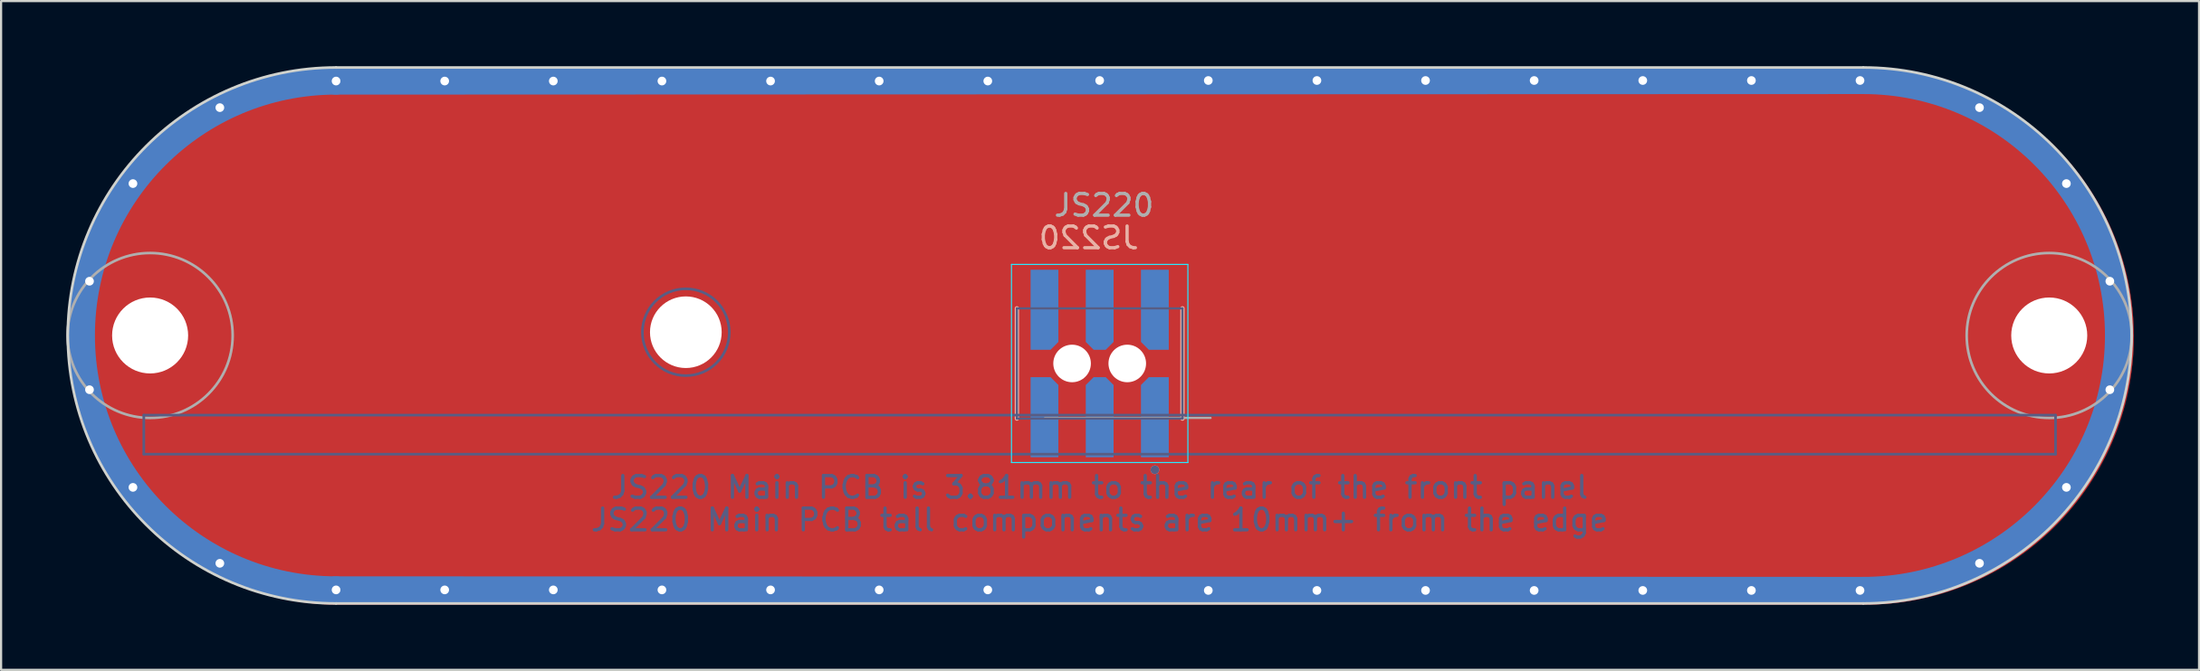
<source format=kicad_pcb>
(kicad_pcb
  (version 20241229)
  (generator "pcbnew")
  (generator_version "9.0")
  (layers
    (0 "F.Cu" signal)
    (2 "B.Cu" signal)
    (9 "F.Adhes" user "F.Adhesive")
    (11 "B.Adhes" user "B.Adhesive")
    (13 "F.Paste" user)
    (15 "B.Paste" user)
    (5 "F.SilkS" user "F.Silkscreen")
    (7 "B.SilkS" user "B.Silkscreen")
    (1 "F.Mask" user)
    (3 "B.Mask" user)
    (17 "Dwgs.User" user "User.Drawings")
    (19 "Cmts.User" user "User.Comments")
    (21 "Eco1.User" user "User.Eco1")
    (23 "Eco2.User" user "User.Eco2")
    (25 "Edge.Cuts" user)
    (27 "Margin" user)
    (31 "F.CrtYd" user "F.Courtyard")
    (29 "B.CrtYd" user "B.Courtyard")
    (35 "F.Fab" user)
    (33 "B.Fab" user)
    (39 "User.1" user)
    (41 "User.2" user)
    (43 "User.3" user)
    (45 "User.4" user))
  (footprint "JS220"
    (layer "F.Cu")
    (at 47.57 12.41)
    (property "Reference" "JS220" (at -0.5 -4.5 0) (unlocked yes) (layer "B.SilkS") (effects (font (size 1 1) (thickness 0.15)) (justify mirror)))
    (fp_poly (pts (arc (start 35.25 12.4) (mid 47.6 0.05) (end 35.25 -12.3)) (arc (start -35.05 -12.3) (mid -47.4 0.05) (end -35.05 12.4))) (stroke (width 0.01) (type solid)) (fill yes) (layer "F.Cu"))
    (fp_line (start -35.15 -11.725) (end 35.15 -11.75) (stroke (width 1.25) (type solid)) (layer "B.Cu"))
    (fp_line (start 35.15 11.75) (end -35.15 11.725) (stroke (width 1.25) (type solid)) (layer "B.Cu"))
    (fp_arc (start -35.15 11.725) (mid -46.875 0) (end -35.15 -11.725) (stroke (width 1.25) (type solid)) (layer "B.Cu"))
    (fp_arc (start 35.15 -11.75) (mid 46.9 0) (end 35.15 11.75) (stroke (width 1.25) (type solid)) (layer "B.Cu"))
    (fp_line (start -35.15 -11.725) (end 35.15 -11.75) (stroke (width 1.25) (type solid)) (layer "B.Mask"))
    (fp_line (start 35.15 11.75) (end -35.15 11.725) (stroke (width 1.25) (type solid)) (layer "B.Mask"))
    (fp_arc (start -35.15 11.725) (mid -46.875 0) (end -35.15 -11.725) (stroke (width 1.25) (type solid)) (layer "B.Mask"))
    (fp_arc (start 35.15 -11.75) (mid 46.9 0) (end 35.15 11.75) (stroke (width 1.25) (type solid)) (layer "B.Mask"))
    (fp_poly (pts (xy -3.275 0.755) (xy -3.275 -3.125) (xy -1.805 -3.125) (xy -1.805 0.295) (xy -2.265 0.755)) (stroke (width 0.01) (type solid)) (fill yes) (layer "B.Mask"))
    (fp_poly (pts (xy -3.275 1.825) (xy -3.275 5.705) (xy -1.805 5.705) (xy -1.805 2.285) (xy -2.265 1.825)) (stroke (width 0.01) (type solid)) (fill yes) (layer "B.Mask"))
    (fp_poly (pts (xy 3.275 0.755) (xy 3.275 -3.125) (xy 1.805 -3.125) (xy 1.805 0.295) (xy 2.265 0.755)) (stroke (width 0.01) (type solid)) (fill yes) (layer "B.Mask"))
    (fp_poly (pts (xy 3.275 1.825) (xy 3.275 5.705) (xy 1.805 5.705) (xy 1.805 2.285) (xy 2.265 1.825)) (stroke (width 0.01) (type solid)) (fill yes) (layer "B.Mask"))
    (fp_poly (pts (xy -0.275 1.76) (xy 0.275 1.76) (xy 0.735 2.22) (xy 0.735 5.64) (xy -0.735 5.64) (xy -0.735 2.22)) (stroke (width 0.01) (type solid)) (fill yes) (layer "B.Mask"))
    (fp_poly (pts (xy 0.275 0.82) (xy -0.275 0.82) (xy -0.735 0.36) (xy -0.735 -3.06) (xy 0.735 -3.06) (xy 0.735 0.36)) (stroke (width 0.01) (type solid)) (fill yes) (layer "B.Mask"))
    (fp_line (start -3.81 -1.25) (end -3.81 3.83) (stroke (width 0.2) (type solid)) (layer "B.SilkS"))
    (fp_line (start 3.81 3.83) (end 3.81 -1.25) (stroke (width 0.2) (type solid)) (layer "B.SilkS"))
    (fp_circle (center 2.54 6.19) (end 2.64 6.19) (stroke (width 0.2) (type solid)) (fill no) (layer "B.SilkS"))
    (fp_poly (pts (xy -3.175 0.655) (xy -3.175 -3.025) (xy -1.905 -3.025) (xy -1.905 0.295) (xy -2.265 0.655)) (stroke (width 0.01) (type solid)) (fill yes) (layer "B.Paste"))
    (fp_poly (pts (xy -3.175 1.925) (xy -3.175 5.605) (xy -1.905 5.605) (xy -1.905 2.285) (xy -2.265 1.925)) (stroke (width 0.01) (type solid)) (fill yes) (layer "B.Paste"))
    (fp_poly (pts (xy 3.175 0.655) (xy 3.175 -3.025) (xy 1.905 -3.025) (xy 1.905 0.295) (xy 2.265 0.655)) (stroke (width 0.01) (type solid)) (fill yes) (layer "B.Paste"))
    (fp_poly (pts (xy 3.175 1.925) (xy 3.175 5.605) (xy 1.905 5.605) (xy 1.905 2.285) (xy 2.265 1.925)) (stroke (width 0.01) (type solid)) (fill yes) (layer "B.Paste"))
    (fp_poly (pts (xy -0.275 1.86) (xy 0.275 1.86) (xy 0.635 2.22) (xy 0.635 5.54) (xy -0.635 5.54) (xy -0.635 2.22)) (stroke (width 0.01) (type solid)) (fill yes) (layer "B.Paste"))
    (fp_poly (pts (xy 0.275 0.72) (xy -0.275 0.72) (xy -0.635 0.36) (xy -0.635 -2.96) (xy 0.635 -2.96) (xy 0.635 0.36)) (stroke (width 0.01) (type solid)) (fill yes) (layer "B.Paste"))
    (fp_line (start -35.15 -12.35) (end 35.15 -12.35) (stroke (width 0.12) (type solid)) (layer "Edge.Cuts"))
    (fp_line (start 35.15 12.35) (end -35.15 12.35) (stroke (width 0.12) (type solid)) (layer "Edge.Cuts"))
    (fp_arc (start -35.15 12.35) (mid -47.5 0) (end -35.15 -12.35) (stroke (width 0.12) (type solid)) (layer "Edge.Cuts"))
    (fp_arc (start 35.15 -12.35) (mid 47.5 0) (end 35.15 12.35) (stroke (width 0.12) (type solid)) (layer "Edge.Cuts"))
    (fp_line (start -4.06 -3.275) (end -4.06 5.855) (stroke (width 0.05) (type solid)) (layer "B.CrtYd"))
    (fp_line (start -4.06 5.855) (end 4.06 5.855) (stroke (width 0.05) (type solid)) (layer "B.CrtYd"))
    (fp_line (start 4.06 -3.275) (end -4.06 -3.275) (stroke (width 0.05) (type solid)) (layer "B.CrtYd"))
    (fp_line (start 4.06 5.855) (end 4.06 -3.275) (stroke (width 0.05) (type solid)) (layer "B.CrtYd"))
    (fp_line (start -44 3.67) (end 44 3.67) (stroke (width 0.12) (type solid)) (layer "B.Fab"))
    (fp_line (start -44 5.47) (end -44 3.67) (stroke (width 0.12) (type solid)) (layer "B.Fab"))
    (fp_line (start -3.81 -1.25) (end -3.81 3.83) (stroke (width 0.1) (type solid)) (layer "B.Fab"))
    (fp_line (start -3.81 3.83) (end 3.81 3.83) (stroke (width 0.1) (type solid)) (layer "B.Fab"))
    (fp_line (start 3.81 -1.25) (end -3.81 -1.25) (stroke (width 0.1) (type solid)) (layer "B.Fab"))
    (fp_line (start 3.81 3.83) (end 3.81 -1.25) (stroke (width 0.1) (type solid)) (layer "B.Fab"))
    (fp_line (start 44 3.67) (end 44 5.47) (stroke (width 0.12) (type solid)) (layer "B.Fab"))
    (fp_line (start 44 5.47) (end -44 5.47) (stroke (width 0.12) (type solid)) (layer "B.Fab"))
    (fp_circle (center -19.05 -0.15) (end -17.05 -0.15) (stroke (width 0.12) (type solid)) (fill no) (layer "B.Fab"))
    (fp_circle (center 2.54 6.19) (end 2.64 6.19) (stroke (width 0.2) (type solid)) (fill no) (layer "B.Fab"))
    (fp_line (start 5.105 3.8) (end -2.515 3.8) (stroke (width 0.1) (type solid)) (layer "F.Fab"))
    (fp_circle (center -43.71 0) (end -39.91 0) (stroke (width 0.12) (type solid)) (fill no) (layer "F.Fab"))
    (fp_circle (center 43.71 0) (end 47.51 0) (stroke (width 0.12) (type solid)) (fill no) (layer "F.Fab"))
    (fp_text user "JS220 Main PCB tall components are 10mm+ from the edge" (at 0 8.5 0) (unlocked yes) (layer "B.Fab") (effects (font (size 1 1) (thickness 0.15))))
    (fp_text user "JS220 Main PCB is 3.81mm to the rear of the front panel" (at 0 7 0) (unlocked yes) (layer "B.Fab") (effects (font (size 1 1) (thickness 0.15))))
    (fp_text user "${REFERENCE}" (at 0.2 -6 0) (unlocked yes) (layer "F.Fab") (effects (font (size 1 1) (thickness 0.15))))
    (pad "" thru_hole custom (at -46.5 -2.5) (size 0.8 0.8) (drill 0.4) (layers "*.Cu" "B.Mask") (options (anchor circle)) (primitives))
    (pad "" thru_hole custom (at -46.5 2.5) (size 0.8 0.8) (drill 0.4) (layers "*.Cu" "B.Mask") (options (anchor circle)) (primitives))
    (pad "" thru_hole custom (at -44.5 -7) (size 0.8 0.8) (drill 0.4) (layers "*.Cu" "B.Mask") (options (anchor circle)) (primitives))
    (pad "" thru_hole custom (at -44.5 7) (size 0.8 0.8) (drill 0.4) (layers "*.Cu" "B.Mask") (options (anchor circle)) (primitives))
    (pad "" np_thru_hole circle (at -43.71 0) (size 3.5 3.5) (drill 3.5) (layers "*.Cu" "*.Mask"))
    (pad "" thru_hole custom (at -40.5 -10.5) (size 0.8 0.8) (drill 0.4) (layers "*.Cu" "B.Mask") (options (anchor circle)) (primitives))
    (pad "" thru_hole custom (at -40.5 10.5) (size 0.8 0.8) (drill 0.4) (layers "*.Cu" "B.Mask") (options (anchor circle)) (primitives))
    (pad "" thru_hole custom (at -35.15 -11.725) (size 0.8 0.8) (drill 0.4) (layers "*.Cu" "B.Mask") (options (anchor circle)) (primitives))
    (pad "" thru_hole custom (at -35.15 11.725) (size 0.8 0.8) (drill 0.4) (layers "*.Cu" "B.Mask") (options (anchor circle)) (primitives))
    (pad "" thru_hole custom (at -30.15 -11.725) (size 0.8 0.8) (drill 0.4) (layers "*.Cu" "B.Mask") (options (anchor circle)) (primitives))
    (pad "" thru_hole custom (at -30.15 11.725) (size 0.8 0.8) (drill 0.4) (layers "*.Cu" "B.Mask") (options (anchor circle)) (primitives))
    (pad "" thru_hole custom (at -25.15 -11.725) (size 0.8 0.8) (drill 0.4) (layers "*.Cu" "B.Mask") (options (anchor circle)) (primitives))
    (pad "" thru_hole custom (at -25.15 11.725) (size 0.8 0.8) (drill 0.4) (layers "*.Cu" "B.Mask") (options (anchor circle)) (primitives))
    (pad "" thru_hole custom (at -20.15 -11.725) (size 0.8 0.8) (drill 0.4) (layers "*.Cu" "B.Mask") (options (anchor circle)) (primitives))
    (pad "" thru_hole custom (at -20.15 11.725) (size 0.8 0.8) (drill 0.4) (layers "*.Cu" "B.Mask") (options (anchor circle)) (primitives))
    (pad "" np_thru_hole circle (at -19.05 -0.15) (size 3.3 3.3) (drill 3.3) (layers "*.Cu" "*.Mask"))
    (pad "" thru_hole custom (at -15.15 -11.725) (size 0.8 0.8) (drill 0.4) (layers "*.Cu" "B.Mask") (options (anchor circle)) (primitives))
    (pad "" thru_hole custom (at -15.15 11.725) (size 0.8 0.8) (drill 0.4) (layers "*.Cu" "B.Mask") (options (anchor circle)) (primitives))
    (pad "" thru_hole custom (at -10.15 -11.725) (size 0.8 0.8) (drill 0.4) (layers "*.Cu" "B.Mask") (options (anchor circle)) (primitives))
    (pad "" thru_hole custom (at -10.15 11.725) (size 0.8 0.8) (drill 0.4) (layers "*.Cu" "B.Mask") (options (anchor circle)) (primitives))
    (pad "" thru_hole custom (at -5.15 -11.725) (size 0.8 0.8) (drill 0.4) (layers "*.Cu" "B.Mask") (options (anchor circle)) (primitives))
    (pad "" thru_hole custom (at -5.15 11.725) (size 0.8 0.8) (drill 0.4) (layers "*.Cu" "B.Mask") (options (anchor circle)) (primitives))
    (pad "" np_thru_hole circle (at -1.27 1.29 180) (size 1.73 1.73) (drill 1.73) (layers "*.Cu" "*.Mask"))
    (pad "" thru_hole custom (at 0 -11.75) (size 0.8 0.8) (drill 0.4) (layers "*.Cu" "B.Mask") (options (anchor circle)) (primitives))
    (pad "" thru_hole custom (at 0 11.75) (size 0.8 0.8) (drill 0.4) (layers "*.Cu" "B.Mask") (options (anchor circle)) (primitives))
    (pad "" np_thru_hole circle (at 1.27 1.29 180) (size 1.73 1.73) (drill 1.73) (layers "*.Cu" "*.Mask"))
    (pad "" thru_hole custom (at 5 -11.75) (size 0.8 0.8) (drill 0.4) (layers "*.Cu" "B.Mask") (options (anchor circle)) (primitives))
    (pad "" thru_hole custom (at 5 11.75) (size 0.8 0.8) (drill 0.4) (layers "*.Cu" "B.Mask") (options (anchor circle)) (primitives))
    (pad "" thru_hole custom (at 10 -11.75) (size 0.8 0.8) (drill 0.4) (layers "*.Cu" "B.Mask") (options (anchor circle)) (primitives))
    (pad "" thru_hole custom (at 10 11.75) (size 0.8 0.8) (drill 0.4) (layers "*.Cu" "B.Mask") (options (anchor circle)) (primitives))
    (pad "" thru_hole custom (at 15 -11.75) (size 0.8 0.8) (drill 0.4) (layers "*.Cu" "B.Mask") (options (anchor circle)) (primitives))
    (pad "" thru_hole custom (at 15 11.75) (size 0.8 0.8) (drill 0.4) (layers "*.Cu" "B.Mask") (options (anchor circle)) (primitives))
    (pad "" thru_hole custom (at 20 -11.75) (size 0.8 0.8) (drill 0.4) (layers "*.Cu" "B.Mask") (options (anchor circle)) (primitives))
    (pad "" thru_hole custom (at 20 11.75) (size 0.8 0.8) (drill 0.4) (layers "*.Cu" "B.Mask") (options (anchor circle)) (primitives))
    (pad "" thru_hole custom (at 25 -11.75) (size 0.8 0.8) (drill 0.4) (layers "*.Cu" "B.Mask") (options (anchor circle)) (primitives))
    (pad "" thru_hole custom (at 25 11.75) (size 0.8 0.8) (drill 0.4) (layers "*.Cu" "B.Mask") (options (anchor circle)) (primitives))
    (pad "" thru_hole custom (at 30 -11.75) (size 0.8 0.8) (drill 0.4) (layers "*.Cu" "B.Mask") (options (anchor circle)) (primitives))
    (pad "" thru_hole custom (at 30 11.75) (size 0.8 0.8) (drill 0.4) (layers "*.Cu" "B.Mask") (options (anchor circle)) (primitives))
    (pad "" thru_hole custom (at 35 -11.75) (size 0.8 0.8) (drill 0.4) (layers "*.Cu" "B.Mask") (options (anchor circle)) (primitives))
    (pad "" thru_hole custom (at 35 11.75) (size 0.8 0.8) (drill 0.4) (layers "*.Cu" "B.Mask") (options (anchor circle)) (primitives))
    (pad "" thru_hole custom (at 40.5 -10.5 180) (size 0.8 0.8) (drill 0.4) (layers "*.Cu" "B.Mask") (options (anchor circle)) (primitives))
    (pad "" thru_hole custom (at 40.5 10.5 180) (size 0.8 0.8) (drill 0.4) (layers "*.Cu" "B.Mask") (options (anchor circle)) (primitives))
    (pad "" np_thru_hole circle (at 43.71 0) (size 3.5 3.5) (drill 3.5) (layers "*.Cu" "*.Mask"))
    (pad "" thru_hole custom (at 44.5 -7 180) (size 0.8 0.8) (drill 0.4) (layers "*.Cu" "B.Mask") (options (anchor circle)) (primitives))
    (pad "" thru_hole custom (at 44.5 7 180) (size 0.8 0.8) (drill 0.4) (layers "*.Cu" "B.Mask") (options (anchor circle)) (primitives))
    (pad "" thru_hole custom (at 46.5 -2.5 180) (size 0.8 0.8) (drill 0.4) (layers "*.Cu" "B.Mask") (options (anchor circle)) (primitives))
    (pad "" thru_hole custom (at 46.5 2.5 180) (size 0.8 0.8) (drill 0.4) (layers "*.Cu" "B.Mask") (options (anchor circle)) (primitives))
    (pad "1" smd custom (at 2.54 3.765 180) (size 0.8 2.5) (layers "B.Cu") (options (anchor rect)) (primitives (gr_poly (pts (xy -0.635 1.84) (xy -0.635 -1.84) (xy 0.635 -1.84) (xy 0.635 1.48) (xy 0.275 1.84)) (width 0.01) (fill yes))))
    (pad "2" smd custom (at 2.54 -1.185 180) (size 0.8 2.5) (layers "B.Cu") (options (anchor rect)) (primitives (gr_poly (pts (xy -0.635 -1.84) (xy -0.635 1.84) (xy 0.635 1.84) (xy 0.635 -1.48) (xy 0.275 -1.84)) (width 0.01) (fill yes))))
    (pad "3" smd custom (at 0 3.765 180) (size 0.8 2.5) (layers "B.Cu") (options (anchor rect)) (primitives (gr_poly (pts (xy 0.275 1.84) (xy -0.275 1.84) (xy -0.635 1.48) (xy -0.635 -1.84) (xy 0.635 -1.84) (xy 0.635 1.48)) (width 0.01) (fill yes))))
    (pad "4" smd custom (at 0 -1.185 180) (size 0.8 2.5) (layers "B.Cu") (options (anchor rect)) (primitives (gr_poly (pts (xy -0.275 -1.84) (xy 0.275 -1.84) (xy 0.635 -1.48) (xy 0.635 1.84) (xy -0.635 1.84) (xy -0.635 -1.48)) (width 0.01) (fill yes))))
    (pad "5" smd custom (at -2.54 3.765 180) (size 0.8 2.5) (layers "B.Cu") (options (anchor rect)) (primitives (gr_poly (pts (xy 0.635 1.84) (xy 0.635 -1.84) (xy -0.635 -1.84) (xy -0.635 1.48) (xy -0.275 1.84)) (width 0.01) (fill yes))))
    (pad "6" smd custom (at -2.54 -1.185 180) (size 0.8 2.5) (layers "B.Cu") (options (anchor rect)) (primitives (gr_poly (pts (xy 0.635 -1.84) (xy 0.635 1.84) (xy -0.635 1.84) (xy -0.635 -1.48) (xy -0.275 -1.84)) (width 0.01) (fill yes))))
    (zone (net_name "") (layers "F.Cu" "B.Cu") (hatch edge 0.508) (connect_pads) (min_thickness 0.254) (filled_areas_thickness no) (keepout (tracks not_allowed) (vias not_allowed) (pads not_allowed) (copperpour allowed) (footprints not_allowed)) (placement (enabled no)) (fill) (polygon (pts (xy 7.665 12.41) (xy 7.645 12.025) (xy 7.587 11.645) (xy 7.491 11.272) (xy 7.357 10.911) (xy 7.188 10.565) (xy 6.984 10.239) (xy 6.749 9.934) (xy 6.484 9.655) (xy 6.192 9.404) (xy 5.876 9.183) (xy 5.54 8.996) (xy 5.186 8.844) (xy 4.819 8.728) (xy 4.442 8.65) (xy 4.059 8.61) (xy 3.674 8.61) (xy 3.291 8.648) (xy 2.914 8.725) (xy 2.546 8.839) (xy 2.192 8.99) (xy 1.855 9.176) (xy 1.538 9.395) (xy 1.246 9.645) (xy 0.98 9.924) (xy 0.743 10.228) (xy 0.539 10.554) (xy 0.368 10.899) (xy 0.233 11.26) (xy 0.136 11.632) (xy 0.076 12.012) (xy 0.055 12.397) (xy 0.073 12.781) (xy 0.13 13.162) (xy 0.225 13.535) (xy 0.358 13.897) (xy 0.526 14.243) (xy 0.728 14.571) (xy 0.962 14.876) (xy 1.226 15.156) (xy 1.517 15.408) (xy 1.832 15.63) (xy 2.168 15.818) (xy 2.521 15.972) (xy 2.888 16.089) (xy 3.265 16.168) (xy 3.648 16.209) (xy 4.033 16.211) (xy 4.416 16.174) (xy 4.793 16.099) (xy 5.161 15.985) (xy 5.516 15.836) (xy 5.854 15.651) (xy 6.171 15.433) (xy 6.465 15.184) (xy 6.732 14.906) (xy 6.969 14.603) (xy 7.175 14.278) (xy 7.347 13.933) (xy 7.483 13.573) (xy 7.582 13.201) (xy 7.643 12.821) (xy 7.665 12.437))))
    (zone (net_name "") (layers "F.Cu" "B.Cu") (hatch edge 0.508) (connect_pads) (min_thickness 0.254) (filled_areas_thickness no) (keepout (tracks not_allowed) (vias not_allowed) (pads not_allowed) (copperpour allowed) (footprints not_allowed)) (placement (enabled no)) (fill) (polygon (pts (xy 95.085 12.41) (xy 95.065 12.025) (xy 95.007 11.645) (xy 94.911 11.272) (xy 94.777 10.911) (xy 94.608 10.565) (xy 94.404 10.239) (xy 94.169 9.934) (xy 93.904 9.655) (xy 93.612 9.404) (xy 93.296 9.183) (xy 92.96 8.996) (xy 92.606 8.844) (xy 92.239 8.728) (xy 91.862 8.65) (xy 91.479 8.61) (xy 91.094 8.61) (xy 90.711 8.648) (xy 90.334 8.725) (xy 89.966 8.839) (xy 89.612 8.99) (xy 89.275 9.176) (xy 88.958 9.395) (xy 88.666 9.645) (xy 88.4 9.924) (xy 88.163 10.228) (xy 87.959 10.554) (xy 87.788 10.899) (xy 87.653 11.26) (xy 87.556 11.632) (xy 87.496 12.012) (xy 87.475 12.397) (xy 87.493 12.781) (xy 87.55 13.162) (xy 87.645 13.535) (xy 87.778 13.897) (xy 87.946 14.243) (xy 88.148 14.571) (xy 88.382 14.876) (xy 88.646 15.156) (xy 88.937 15.408) (xy 89.252 15.63) (xy 89.588 15.818) (xy 89.941 15.972) (xy 90.308 16.089) (xy 90.685 16.168) (xy 91.068 16.209) (xy 91.453 16.211) (xy 91.836 16.174) (xy 92.213 16.099) (xy 92.581 15.985) (xy 92.936 15.836) (xy 93.274 15.651) (xy 93.591 15.433) (xy 93.885 15.184) (xy 94.152 14.906) (xy 94.389 14.603) (xy 94.595 14.278) (xy 94.767 13.933) (xy 94.903 13.573) (xy 95.002 13.201) (xy 95.063 12.821) (xy 95.085 12.437))))
    (zone (net_name "") (layers "F.Cu" "B.Cu" "Dwgs.User") (hatch edge 0.508) (connect_pads) (min_thickness 0.254) (filled_areas_thickness no) (keepout (tracks allowed) (vias not_allowed) (pads not_allowed) (copperpour allowed) (footprints not_allowed)) (placement (enabled no)) (fill) (polygon (pts (xy 47.52 1.06) (xy 47.52 0.06) (arc (start 12.42 0.06) (mid 0.07 12.41) (end 12.42 24.76)) (arc (start 82.72 24.76) (mid 95.07 12.41) (end 82.72 0.06)) (xy 47.595 0.06) (xy 47.595 1.06) (arc (start 82.495 1.06) (mid 86.030534 2.524466) (end 87.495 6.06)) (arc (start 87.495 18.76) (mid 86.030534 22.295534) (end 82.495 23.76)) (arc (start 12.645 23.749466) (mid 9.109466 22.285) (end 7.645 18.749466)) (arc (start 7.645 6.06) (mid 9.109466 2.524466) (end 12.645 1.06)) (xy 47.545 1.06)))))
  (gr_rect
    (start -3 -3)
    (end 98.176 27.82)
    (stroke (width 0.1) (type default))
    (fill no)
    (layer "Edge.Cuts")))
</source>
